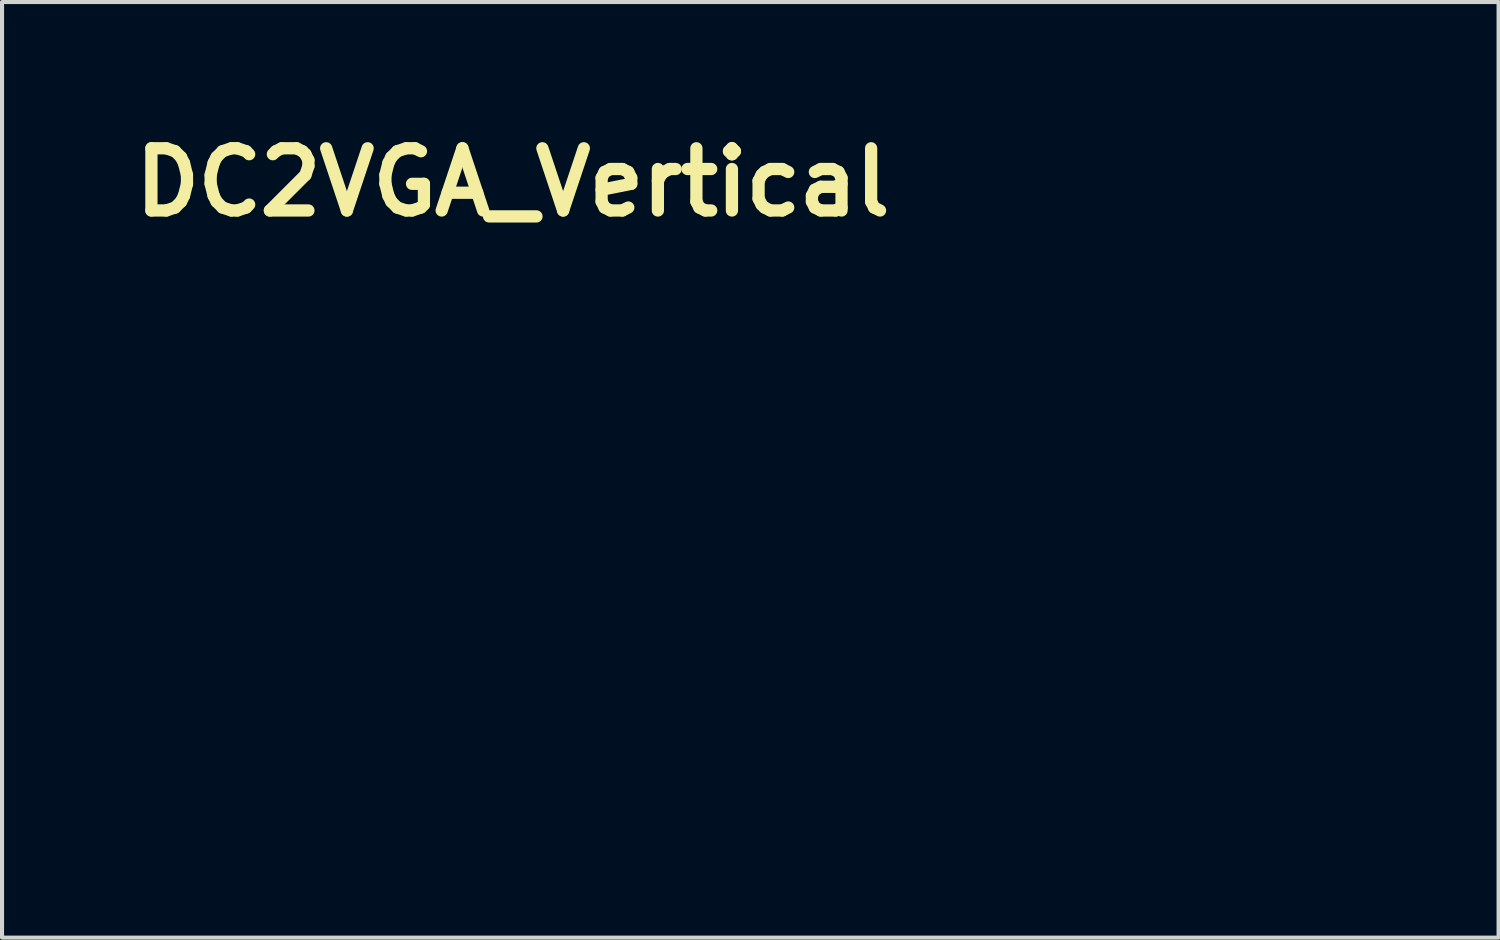
<source format=kicad_pcb>
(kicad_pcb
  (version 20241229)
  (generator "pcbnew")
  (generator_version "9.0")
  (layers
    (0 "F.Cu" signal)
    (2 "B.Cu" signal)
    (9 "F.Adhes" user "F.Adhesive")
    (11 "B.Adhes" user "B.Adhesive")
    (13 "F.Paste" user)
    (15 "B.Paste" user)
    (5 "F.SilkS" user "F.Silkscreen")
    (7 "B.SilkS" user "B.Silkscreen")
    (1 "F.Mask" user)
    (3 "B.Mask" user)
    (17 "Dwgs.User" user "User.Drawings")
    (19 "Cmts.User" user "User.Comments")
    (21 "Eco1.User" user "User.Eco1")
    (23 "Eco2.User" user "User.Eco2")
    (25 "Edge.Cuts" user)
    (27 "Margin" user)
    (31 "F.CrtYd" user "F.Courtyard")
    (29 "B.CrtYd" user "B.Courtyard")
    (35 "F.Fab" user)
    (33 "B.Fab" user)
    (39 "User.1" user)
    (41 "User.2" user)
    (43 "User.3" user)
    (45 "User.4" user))
  (footprint "DC2VGA_Vertical"
    (layer "F.Cu")
    (at 9.514 6.244)
    (property "Reference" "DC2VGA_Vertical" (at 0 -4.826 0) (layer "F.SilkS") (effects (font (size 1.524 1.524) (thickness 0.3))))
    (attr board_only exclude_from_pos_files exclude_from_bom)
    (fp_poly (pts (xy 9.893 0.309) (xy 8.901 0.309) (xy 8.901 -0.969) (xy 7.522 -0.969) (xy 7.153 -0.969) (xy 5.556 -0.969) (xy 5.186 -0.969) (xy 3.589 -0.969) (xy 3.202 -0.969) (xy 1.622 -0.969) (xy 1.236 -0.969) (xy -0.345 -0.969) (xy -0.731 -0.969) (xy -2.328 -0.969) (xy -2.698 -0.969) (xy -4.295 -0.969) (xy -4.665 -0.969) (xy -6.262 -0.969) (xy -6.632 -0.969) (xy -6.632 -1.49) (xy -6.262 -1.49) (xy -6.262 -0.969) (xy -4.665 -0.969) (xy -4.665 -1.49) (xy -4.295 -1.49) (xy -4.295 -0.969) (xy -2.698 -0.969) (xy -2.698 -1.49) (xy -2.328 -1.49) (xy -2.328 -0.969) (xy -0.731 -0.969) (xy -0.731 -1.49) (xy -0.345 -1.49) (xy -0.345 -0.969) (xy 1.236 -0.969) (xy 1.236 -1.49) (xy 1.622 -1.49) (xy 1.622 -0.969) (xy 3.202 -0.969) (xy 3.202 -1.49) (xy 3.589 -1.49) (xy 3.589 -0.969) (xy 5.186 -0.969) (xy 5.186 -1.49) (xy 5.556 -1.49) (xy 5.556 -0.969) (xy 7.153 -0.969) (xy 7.153 -1.49) (xy 7.522 -1.49) (xy 7.522 -0.969) (xy 8.901 -0.969) (xy 8.901 -3.406) (xy -9.002 -3.406) (xy -9.002 10.63) (xy 21.105 10.63) (xy 21.105 9.831) (xy 18.985 9.831) (xy 18.968 9.917) (xy 18.957 9.941) (xy 18.91 10) (xy 18.844 10.04) (xy 18.766 10.057) (xy 18.686 10.051) (xy 18.615 10.02) (xy 18.556 9.962) (xy 18.521 9.89) (xy 18.516 9.852) (xy 16.447 9.852) (xy 16.42 9.936) (xy 16.418 9.94) (xy 16.368 10.001) (xy 16.298 10.041) (xy 16.219 10.058) (xy 16.138 10.049) (xy 16.084 10.026) (xy 16.018 9.97) (xy 15.981 9.899) (xy 15.972 9.826) (xy 15.972 9.824) (xy 13.91 9.824) (xy 13.895 9.905) (xy 13.854 9.973) (xy 13.794 10.023) (xy 13.721 10.053) (xy 13.641 10.059) (xy 13.561 10.035) (xy 13.558 10.034) (xy 13.488 9.981) (xy 13.445 9.91) (xy 13.434 9.853) (xy 11.368 9.853) (xy 11.341 9.935) (xy 11.291 9.999) (xy 11.222 10.041) (xy 11.143 10.059) (xy 11.062 10.05) (xy 11.007 10.026) (xy 10.938 9.967) (xy 10.899 9.893) (xy 10.891 9.819) (xy 8.833 9.819) (xy 8.82 9.89) (xy 8.787 9.958) (xy 8.741 10.013) (xy 8.714 10.031) (xy 8.639 10.054) (xy 8.558 10.054) (xy 8.482 10.034) (xy 8.43 10) (xy 8.378 9.93) (xy 8.353 9.852) (xy 8.355 9.781) (xy 6.288 9.781) (xy 6.286 9.867) (xy 6.257 9.942) (xy 6.206 10.001) (xy 6.138 10.04) (xy 6.059 10.057) (xy 5.974 10.047) (xy 5.93 10.031) (xy 5.878 9.989) (xy 5.836 9.927) (xy 5.812 9.854) (xy 5.812 9.853) (xy 3.751 9.853) (xy 3.723 9.936) (xy 3.67 10) (xy 3.601 10.041) (xy 3.52 10.058) (xy 3.433 10.047) (xy 3.393 10.031) (xy 3.334 9.986) (xy 3.294 9.92) (xy 3.274 9.843) (xy 3.276 9.804) (xy 1.21 9.804) (xy 1.204 9.884) (xy 1.175 9.954) (xy 1.119 10.011) (xy 1.046 10.046) (xy 0.964 10.057) (xy 0.881 10.042) (xy 0.85 10.028) (xy 0.787 9.977) (xy 0.748 9.907) (xy 0.735 9.836) (xy -1.331 9.836) (xy -1.341 9.907) (xy -1.359 9.948) (xy -1.418 10.009) (xy -1.494 10.046) (xy -1.578 10.057) (xy -1.663 10.04) (xy -1.688 10.028) (xy -1.75 9.978) (xy -1.789 9.911) (xy -1.805 9.835) (xy -1.803 9.812) (xy -3.871 9.812) (xy -3.884 9.901) (xy -3.922 9.973) (xy -3.982 10.025) (xy -4.057 10.054) (xy -4.142 10.056) (xy -4.22 10.034) (xy -4.282 9.992) (xy -4.323 9.931) (xy -4.343 9.857) (xy -4.342 9.814) (xy -6.413 9.814) (xy -6.427 9.907) (xy -6.466 9.98) (xy -6.528 10.031) (xy -6.61 10.056) (xy -6.648 10.059) (xy -6.721 10.049) (xy -6.778 10.026) (xy -6.837 9.972) (xy -6.872 9.902) (xy -6.884 9.824) (xy -6.872 9.744) (xy -6.837 9.672) (xy -6.779 9.614) (xy -6.775 9.612) (xy -6.731 9.594) (xy -6.672 9.584) (xy -6.652 9.583) (xy -6.561 9.595) (xy -6.489 9.634) (xy -6.439 9.695) (xy -6.415 9.778) (xy -6.413 9.814) (xy -4.342 9.814) (xy -4.341 9.78) (xy -4.318 9.705) (xy -4.272 9.641) (xy -4.237 9.612) (xy -4.193 9.594) (xy -4.134 9.584) (xy -4.114 9.583) (xy -4.023 9.596) (xy -3.95 9.635) (xy -3.899 9.697) (xy -3.873 9.778) (xy -3.871 9.812) (xy -1.803 9.812) (xy -1.798 9.758) (xy -1.769 9.687) (xy -1.717 9.629) (xy -1.681 9.606) (xy -1.602 9.584) (xy -1.52 9.587) (xy -1.445 9.612) (xy -1.384 9.658) (xy -1.359 9.693) (xy -1.337 9.76) (xy -1.331 9.836) (xy 0.735 9.836) (xy 0.733 9.826) (xy 0.746 9.742) (xy 0.761 9.706) (xy 0.81 9.643) (xy 0.879 9.602) (xy 0.959 9.584) (xy 1.043 9.591) (xy 1.098 9.612) (xy 1.156 9.659) (xy 1.194 9.726) (xy 1.21 9.804) (xy 3.276 9.804) (xy 3.277 9.763) (xy 3.305 9.689) (xy 3.31 9.681) (xy 3.363 9.628) (xy 3.436 9.595) (xy 3.518 9.584) (xy 3.6 9.596) (xy 3.637 9.612) (xy 3.688 9.655) (xy 3.728 9.719) (xy 3.75 9.792) (xy 3.751 9.853) (xy 5.812 9.853) (xy 5.808 9.819) (xy 5.821 9.736) (xy 5.857 9.671) (xy 5.911 9.623) (xy 5.976 9.594) (xy 6.048 9.583) (xy 6.119 9.592) (xy 6.185 9.62) (xy 6.24 9.668) (xy 6.277 9.736) (xy 6.288 9.781) (xy 8.355 9.781) (xy 8.355 9.774) (xy 8.381 9.7) (xy 8.431 9.639) (xy 8.502 9.597) (xy 8.525 9.59) (xy 8.612 9.582) (xy 8.691 9.602) (xy 8.759 9.646) (xy 8.807 9.709) (xy 8.832 9.788) (xy 8.833 9.819) (xy 10.891 9.819) (xy 10.89 9.81) (xy 10.914 9.72) (xy 10.915 9.718) (xy 10.963 9.645) (xy 11.03 9.6) (xy 11.116 9.583) (xy 11.128 9.583) (xy 11.216 9.597) (xy 11.287 9.637) (xy 11.338 9.697) (xy 11.366 9.771) (xy 11.368 9.853) (xy 13.434 9.853) (xy 13.43 9.828) (xy 13.444 9.74) (xy 13.454 9.716) (xy 13.499 9.648) (xy 13.56 9.604) (xy 13.63 9.583) (xy 13.703 9.585) (xy 13.773 9.607) (xy 13.834 9.648) (xy 13.881 9.707) (xy 13.907 9.782) (xy 13.91 9.824) (xy 15.972 9.824) (xy 15.986 9.733) (xy 16.025 9.66) (xy 16.087 9.609) (xy 16.169 9.585) (xy 16.205 9.582) (xy 16.293 9.597) (xy 16.364 9.637) (xy 16.416 9.696) (xy 16.445 9.77) (xy 16.447 9.852) (xy 18.516 9.852) (xy 18.511 9.811) (xy 18.525 9.733) (xy 18.564 9.663) (xy 18.623 9.612) (xy 18.685 9.59) (xy 18.759 9.583) (xy 18.831 9.592) (xy 18.878 9.612) (xy 18.939 9.67) (xy 18.975 9.746) (xy 18.985 9.831) (xy 21.105 9.831) (xy 21.105 7.789) (xy 18.214 7.789) (xy 17.726 7.789) (xy 16.213 7.789) (xy 15.726 7.789) (xy 14.213 7.789) (xy 13.725 7.789) (xy 13.725 7.504) (xy 14.213 7.504) (xy 14.213 7.789) (xy 15.726 7.789) (xy 15.726 7.504) (xy 16.213 7.504) (xy 16.213 7.789) (xy 17.726 7.789) (xy 17.726 7.504) (xy 18.214 7.504) (xy 18.214 7.789) (xy 21.105 7.789) (xy 21.105 6.772) (xy 20.962 6.778) (xy 20.819 6.783) (xy 20.819 6.383) (xy 11.12 6.383) (xy 11.119 6.492) (xy 11.118 6.59) (xy 11.116 6.671) (xy 11.113 6.731) (xy 11.11 6.764) (xy 11.109 6.769) (xy 11.089 6.774) (xy 11.041 6.777) (xy 10.974 6.78) (xy 10.892 6.781) (xy 10.873 6.781) (xy 10.649 6.781) (xy 10.649 6.007) (xy 11.12 6.007) (xy 11.12 6.383) (xy 20.819 6.383) (xy 20.819 6.007) (xy 21.105 6.007) (xy 21.105 5.285) (xy 18.214 5.285) (xy 17.726 5.285) (xy 16.213 5.285) (xy 15.726 5.285) (xy 14.213 5.285) (xy 13.725 5.285) (xy 13.725 4.999) (xy 14.213 4.999) (xy 14.213 5.285) (xy 15.726 5.285) (xy 15.726 4.999) (xy 16.213 4.999) (xy 16.213 5.285) (xy 17.726 5.285) (xy 17.726 4.999) (xy 18.214 4.999) (xy 18.214 5.285) (xy 21.105 5.285) (xy 21.105 1.62) (xy 6.547 1.62) (xy 6.161 1.62) (xy 4.581 1.62) (xy 4.194 1.62) (xy 2.597 1.62) (xy 2.227 1.62) (xy 0.63 1.62) (xy 0.261 1.62) (xy -1.336 1.62) (xy -1.723 1.62) (xy -3.303 1.62) (xy -3.69 1.62) (xy -5.27 1.62) (xy -5.657 1.62) (xy -7.237 1.62) (xy -7.623 1.62) (xy -7.623 1.116) (xy -7.237 1.116) (xy -7.237 1.62) (xy -5.657 1.62) (xy -5.657 1.116) (xy -5.27 1.116) (xy -5.27 1.62) (xy -3.69 1.62) (xy -3.69 1.116) (xy -3.303 1.116) (xy -3.303 1.62) (xy -1.723 1.62) (xy -1.723 1.116) (xy -1.336 1.116) (xy -1.336 1.62) (xy 0.261 1.62) (xy 0.261 1.116) (xy 0.63 1.116) (xy 0.63 1.62) (xy 2.227 1.62) (xy 2.227 1.116) (xy 2.597 1.116) (xy 2.597 1.62) (xy 4.194 1.62) (xy 4.194 1.116) (xy 4.581 1.116) (xy 4.581 1.62) (xy 6.161 1.62) (xy 6.161 1.116) (xy 6.547 1.116) (xy 6.547 1.62) (xy 21.105 1.62) (xy 21.105 0.561) (xy 18.214 0.561) (xy 17.726 0.561) (xy 16.213 0.561) (xy 15.726 0.561) (xy 14.213 0.561) (xy 13.725 0.561) (xy 13.725 0.275) (xy 14.213 0.275) (xy 14.213 0.561) (xy 15.726 0.561) (xy 15.726 0.275) (xy 16.213 0.275) (xy 16.213 0.561) (xy 17.726 0.561) (xy 17.726 0.275) (xy 18.214 0.275) (xy 18.214 0.561) (xy 21.105 0.561) (xy 21.105 -0.448) (xy 20.819 -0.448) (xy 11.12 -0.448) (xy 10.649 -0.448) (xy 10.649 -1.204) (xy 11.12 -1.204) (xy 11.12 -0.448) (xy 20.819 -0.448) (xy 20.819 -1.204) (xy 21.105 -1.204) (xy 21.105 -1.944) (xy 18.214 -1.944) (xy 17.726 -1.944) (xy 16.213 -1.944) (xy 15.726 -1.944) (xy 14.213 -1.944) (xy 13.725 -1.944) (xy 13.725 -2.213) (xy 14.213 -2.213) (xy 14.213 -1.944) (xy 15.726 -1.944) (xy 15.726 -2.213) (xy 16.213 -2.213) (xy 16.213 -1.944) (xy 17.726 -1.944) (xy 17.726 -2.213) (xy 18.214 -2.213) (xy 18.214 -1.944) (xy 21.105 -1.944) (xy 21.105 -3.406) (xy 9.893 -3.406)) (stroke (width 0.1) (type solid)) (fill no) (layer "Eco1.User")))
  (gr_rect
    (start -3 -3)
    (end 33.669 19.924)
    (stroke (width 0.1) (type default))
    (fill no)
    (layer "Edge.Cuts")))
</source>
